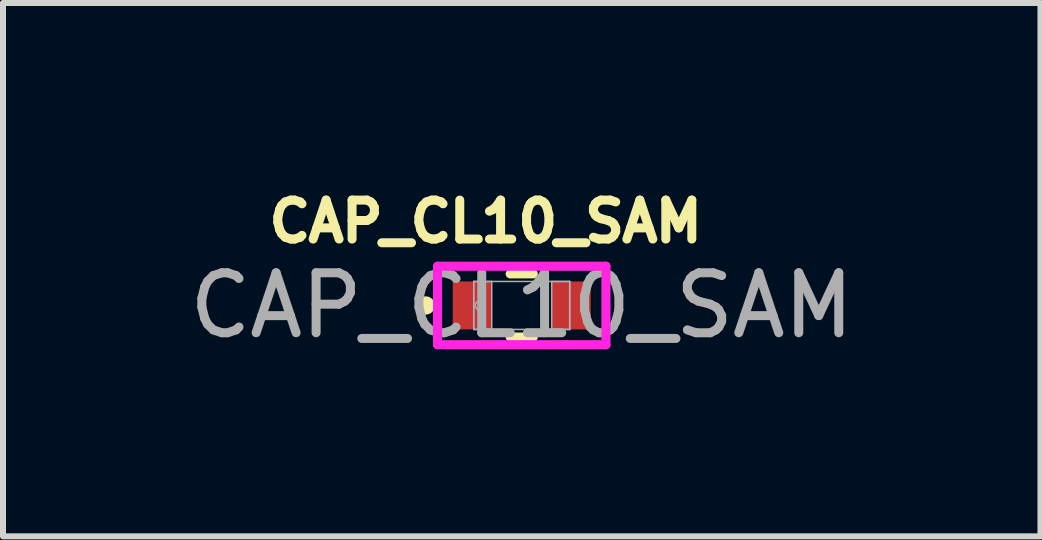
<source format=kicad_pcb>
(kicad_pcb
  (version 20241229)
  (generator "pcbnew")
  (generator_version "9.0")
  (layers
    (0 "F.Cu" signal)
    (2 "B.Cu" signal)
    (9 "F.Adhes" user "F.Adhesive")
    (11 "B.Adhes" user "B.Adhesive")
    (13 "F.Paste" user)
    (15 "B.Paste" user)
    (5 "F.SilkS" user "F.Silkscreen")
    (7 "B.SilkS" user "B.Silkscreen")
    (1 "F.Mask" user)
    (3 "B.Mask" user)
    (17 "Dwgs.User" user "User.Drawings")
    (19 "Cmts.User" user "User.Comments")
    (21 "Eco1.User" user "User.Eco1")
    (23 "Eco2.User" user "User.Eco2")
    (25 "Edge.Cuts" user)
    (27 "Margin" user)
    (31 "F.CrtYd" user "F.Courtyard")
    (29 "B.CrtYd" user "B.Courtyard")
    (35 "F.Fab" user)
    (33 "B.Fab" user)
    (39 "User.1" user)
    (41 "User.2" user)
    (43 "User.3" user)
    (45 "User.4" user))
  (footprint "CAP_CL10_SAM"
    (layer "F.Cu")
    (at 5.649 2.043)
    (property "Reference" "CAP_CL10_SAM" (at -0.6 -1.4 0) (unlocked yes) (layer "F.SilkS") (effects (font (size 0.65 0.65) (thickness 0.15))))
    (attr smd)
    (fp_line (start -0.192 0.527) (end 0.192 0.527) (stroke (width 0.152) (type solid)) (layer "F.SilkS"))
    (fp_line (start 0.192 -0.527) (end -0.192 -0.527) (stroke (width 0.152) (type solid)) (layer "F.SilkS"))
    (fp_circle (center -1.6 0) (end -1.524 0) (stroke (width 0.152) (type solid)) (fill no) (layer "F.SilkS"))
    (fp_line (start -1.404 -0.654) (end 1.404 -0.654) (stroke (width 0.152) (type solid)) (layer "F.CrtYd"))
    (fp_line (start -1.404 0.654) (end -1.404 -0.654) (stroke (width 0.152) (type solid)) (layer "F.CrtYd"))
    (fp_line (start 1.404 -0.654) (end 1.404 0.654) (stroke (width 0.152) (type solid)) (layer "F.CrtYd"))
    (fp_line (start 1.404 0.654) (end -1.404 0.654) (stroke (width 0.152) (type solid)) (layer "F.CrtYd"))
    (fp_line (start -0.8 -0.4) (end -0.8 0.4) (stroke (width 0.025) (type solid)) (layer "F.Fab"))
    (fp_line (start -0.8 -0.4) (end -0.8 0.4) (stroke (width 0.025) (type solid)) (layer "F.Fab"))
    (fp_line (start -0.8 0.4) (end -0.5 0.4) (stroke (width 0.025) (type solid)) (layer "F.Fab"))
    (fp_line (start -0.8 0.4) (end 0.8 0.4) (stroke (width 0.025) (type solid)) (layer "F.Fab"))
    (fp_line (start -0.5 -0.4) (end -0.8 -0.4) (stroke (width 0.025) (type solid)) (layer "F.Fab"))
    (fp_line (start -0.5 0.4) (end -0.5 -0.4) (stroke (width 0.025) (type solid)) (layer "F.Fab"))
    (fp_line (start 0.5 -0.4) (end 0.5 0.4) (stroke (width 0.025) (type solid)) (layer "F.Fab"))
    (fp_line (start 0.5 0.4) (end 0.8 0.4) (stroke (width 0.025) (type solid)) (layer "F.Fab"))
    (fp_line (start 0.8 -0.4) (end -0.8 -0.4) (stroke (width 0.025) (type solid)) (layer "F.Fab"))
    (fp_line (start 0.8 -0.4) (end 0.5 -0.4) (stroke (width 0.025) (type solid)) (layer "F.Fab"))
    (fp_line (start 0.8 0.4) (end 0.8 -0.4) (stroke (width 0.025) (type solid)) (layer "F.Fab"))
    (fp_line (start 0.8 0.4) (end 0.8 -0.4) (stroke (width 0.025) (type solid)) (layer "F.Fab"))
    (fp_circle (center -0.698 0) (end -0.622 0) (stroke (width 0.025) (type solid)) (fill no) (layer "F.Fab"))
    (fp_text user "${REFERENCE}" (at 0 0 0) (unlocked yes) (layer "F.Fab") (effects (font (size 1 1) (thickness 0.15))))
    (pad "1" smd rect (at -0.825 0) (size 0.65 0.8) (layers "F.Cu" "F.Mask" "F.Paste"))
    (pad "2" smd rect (at 0.825 0) (size 0.65 0.8) (layers "F.Cu" "F.Mask" "F.Paste"))
    (zone (net_name "") (layer "F.Cu") (hatch full 0.508) (connect_pads) (min_thickness 0.254) (filled_areas_thickness no) (keepout (tracks not_allowed) (vias not_allowed) (pads allowed) (copperpour not_allowed) (footprints allowed)) (placement (enabled no)) (fill) (polygon (pts (xy 5.2 1.694) (xy 6.098 1.694) (xy 6.098 2.393) (xy 5.2 2.393)))))
  (gr_rect
    (start -3 -3)
    (end 14.298 5.892)
    (stroke (width 0.1) (type default))
    (fill no)
    (layer "Edge.Cuts")))
</source>
